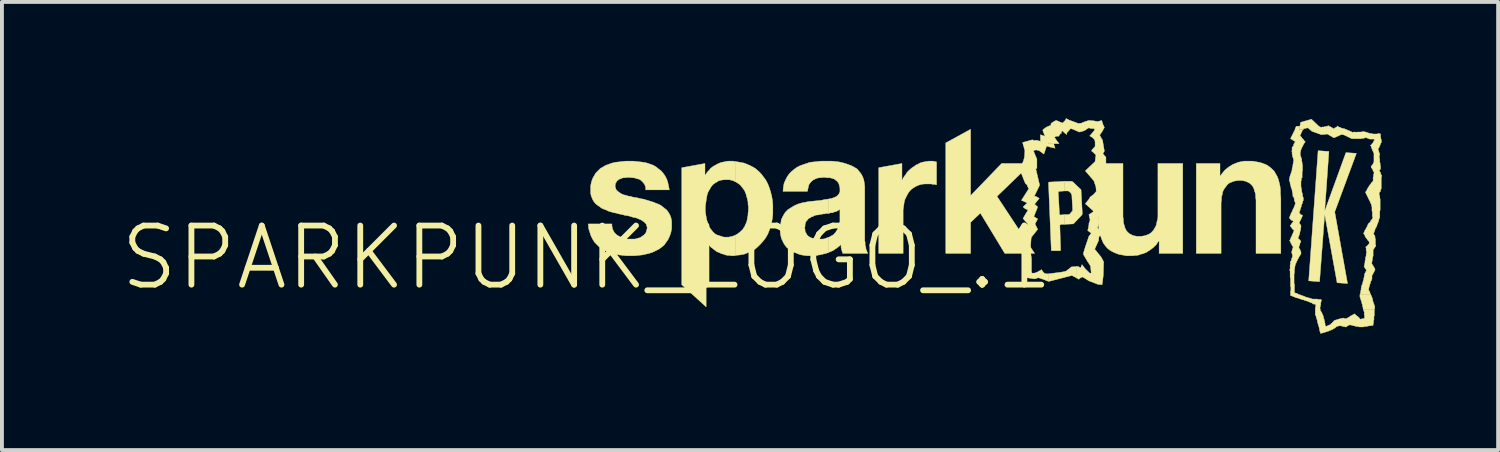
<source format=kicad_pcb>
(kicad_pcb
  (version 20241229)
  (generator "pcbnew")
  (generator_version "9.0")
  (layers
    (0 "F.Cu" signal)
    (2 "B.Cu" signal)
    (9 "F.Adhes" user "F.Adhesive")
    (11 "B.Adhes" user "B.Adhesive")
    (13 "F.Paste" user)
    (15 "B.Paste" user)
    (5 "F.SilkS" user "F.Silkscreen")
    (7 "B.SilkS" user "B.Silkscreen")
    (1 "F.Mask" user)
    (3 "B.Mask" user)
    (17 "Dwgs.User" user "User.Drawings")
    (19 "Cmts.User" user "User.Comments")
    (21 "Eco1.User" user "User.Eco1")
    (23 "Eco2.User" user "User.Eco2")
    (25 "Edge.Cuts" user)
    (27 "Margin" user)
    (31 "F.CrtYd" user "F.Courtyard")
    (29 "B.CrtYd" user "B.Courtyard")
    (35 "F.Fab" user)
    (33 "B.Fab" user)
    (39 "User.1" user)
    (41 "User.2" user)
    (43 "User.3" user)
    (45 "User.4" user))
  (footprint "SPARKPUNK_LOGO_.1"
    (layer "F.Cu")
    (at 12.083 3.594)
    (property "Reference" "SPARKPUNK_LOGO_.1" (at 0 0 0) (layer "F.SilkS") (effects (font (size 1.524 1.524) (thickness 0.15))))
    (attr exclude_from_pos_files exclude_from_bom)
    (fp_poly (pts (xy 12.639 0.528) (xy 12.639 0.229) (xy 12.499 0.239) (xy 12.36 0.348) (xy 12.278 0.368) (xy 11.9 0.419) (xy 11.9 0.61) (xy 11.928 0.61) (xy 12.509 0.46)) (stroke (width 0.01) (type solid)) (fill yes) (layer "F.SilkS"))
    (fp_poly (pts (xy 19.139 -2.738) (xy 19.03 -1.199) (xy 19.578 -2.708) (xy 19.848 -2.69) (xy 19.289 -1.179) (xy 19.619 0.668) (xy 19.35 0.648) (xy 19.03 -1.118) (xy 18.898 0.62) (xy 18.618 0.599) (xy 18.86 -2.758)) (stroke (width 0.01) (type solid)) (fill yes) (layer "F.SilkS"))
    (fp_poly (pts (xy 9.258 -2.959) (xy 9.898 -3.31) (xy 9.898 -1.598) (xy 10.698 -2.428) (xy 11.458 -2.428) (xy 10.579 -1.58) (xy 11.549 -0.109) (xy 10.78 -0.109) (xy 10.15 -1.148) (xy 9.898 -0.909) (xy 9.898 -0.109) (xy 9.258 -0.109)) (stroke (width 0.01) (type solid)) (fill yes) (layer "F.SilkS"))
    (fp_poly (pts (xy 12.319 -1.968) (xy 11.928 -1.948) (xy 11.918 -1.948) (xy 11.918 -1.938) (xy 11.908 -1.938) (xy 11.908 -1.918) (xy 11.979 -0.198) (xy 11.979 -0.188) (xy 11.989 -0.178) (xy 12.21 -0.178) (xy 12.21 -0.188) (xy 12.22 -0.188) (xy 12.22 -0.208) (xy 12.2 -0.828) (xy 12.2 -0.838) (xy 12.21 -0.848) (xy 12.22 -0.848) (xy 12.22 -0.859) (xy 12.319 -0.859) (xy 12.319 -1.11) (xy 12.22 -1.1) (xy 12.21 -1.1) (xy 12.2 -1.11) (xy 12.189 -1.11) (xy 12.189 -1.128) (xy 12.159 -1.689) (xy 12.159 -1.699) (xy 12.169 -1.699) (xy 12.169 -1.709) (xy 12.189 -1.709) (xy 12.319 -1.72)) (stroke (width 0.01) (type solid)) (fill yes) (layer "F.SilkS"))
    (fp_poly (pts (xy 12.319 -1.968) (xy 12.319 -1.72) (xy 12.418 -1.72) (xy 12.428 -1.709) (xy 12.438 -1.709) (xy 12.489 -1.659) (xy 12.489 -1.648) (xy 12.499 -1.648) (xy 12.499 -1.628) (xy 12.509 -1.628) (xy 12.509 -1.608) (xy 12.53 -1.24) (xy 12.53 -1.219) (xy 12.52 -1.209) (xy 12.52 -1.189) (xy 12.509 -1.189) (xy 12.459 -1.128) (xy 12.449 -1.118) (xy 12.428 -1.118) (xy 12.428 -1.11) (xy 12.319 -1.11) (xy 12.319 -0.859) (xy 12.53 -0.869) (xy 12.548 -0.869) (xy 12.548 -0.879) (xy 12.558 -0.879) (xy 12.568 -0.889) (xy 12.758 -1.09) (xy 12.758 -1.1) (xy 12.769 -1.1) (xy 12.769 -1.118) (xy 12.779 -1.118) (xy 12.779 -1.138) (xy 12.748 -1.72) (xy 12.748 -1.748) (xy 12.738 -1.758) (xy 12.738 -1.768) (xy 12.728 -1.768) (xy 12.53 -1.958) (xy 12.52 -1.958) (xy 12.509 -1.968)) (stroke (width 0.01) (type solid)) (fill yes) (layer "F.SilkS"))
    (fp_poly (pts (xy 7.529 -2.319) (xy 8.128 -2.428) (xy 8.128 -1.999) (xy 8.138 -1.999) (xy 8.158 -2.05) (xy 8.189 -2.098) (xy 8.23 -2.149) (xy 8.258 -2.2) (xy 8.339 -2.278) (xy 8.39 -2.319) (xy 8.438 -2.349) (xy 8.489 -2.388) (xy 8.539 -2.408) (xy 8.588 -2.438) (xy 8.649 -2.459) (xy 8.7 -2.469) (xy 8.819 -2.489) (xy 8.948 -2.489) (xy 8.959 -2.479) (xy 8.989 -2.479) (xy 8.999 -2.469) (xy 9.02 -2.469) (xy 9.02 -1.88) (xy 8.999 -1.88) (xy 8.979 -1.89) (xy 8.908 -1.89) (xy 8.898 -1.9) (xy 8.71 -1.9) (xy 8.628 -1.89) (xy 8.56 -1.869) (xy 8.489 -1.839) (xy 8.438 -1.808) (xy 8.379 -1.768) (xy 8.339 -1.73) (xy 8.298 -1.679) (xy 8.268 -1.628) (xy 8.209 -1.509) (xy 8.189 -1.448) (xy 8.169 -1.308) (xy 8.158 -1.229) (xy 8.158 -0.109) (xy 7.529 -0.109)) (stroke (width 0.01) (type solid)) (fill yes) (layer "F.SilkS"))
    (fp_poly (pts (xy 20.218 0.95) (xy 19.939 0.95) (xy 19.939 1.019) (xy 19.949 1.039) (xy 19.949 1.049) (xy 19.959 1.059) (xy 19.959 1.09) (xy 19.969 1.1) (xy 19.969 1.11) (xy 19.98 1.128) (xy 19.98 1.148) (xy 19.99 1.168) (xy 19.99 1.189) (xy 20 1.199) (xy 20 1.219) (xy 20.008 1.229) (xy 20.008 1.27) (xy 20.018 1.278) (xy 20.018 1.318) (xy 20.028 1.318) (xy 20.028 1.339) (xy 20.31 1.339) (xy 20.31 1.308) (xy 20.32 1.308) (xy 20.32 1.25) (xy 20.31 1.24) (xy 20.31 1.219) (xy 20.3 1.209) (xy 20.3 1.189) (xy 20.29 1.179) (xy 20.29 1.168) (xy 20.279 1.158) (xy 20.279 1.128) (xy 20.269 1.118) (xy 20.269 1.079) (xy 20.259 1.079) (xy 20.259 1.039) (xy 20.249 1.039) (xy 20.249 1.019) (xy 20.239 1.008) (xy 20.239 0.998) (xy 20.229 0.988) (xy 20.229 0.968) (xy 20.218 0.968)) (stroke (width 0.01) (type solid)) (fill yes) (layer "F.SilkS"))
    (fp_poly (pts (xy 15.37 -0.109) (xy 14.76 -0.109) (xy 14.76 -0.429) (xy 14.75 -0.429) (xy 14.719 -0.389) (xy 14.689 -0.338) (xy 14.608 -0.259) (xy 14.529 -0.198) (xy 14.478 -0.168) (xy 14.44 -0.14) (xy 14.338 -0.099) (xy 14.287 -0.089) (xy 14.239 -0.069) (xy 14.188 -0.058) (xy 14.138 -0.058) (xy 14.089 -0.048) (xy 13.919 -0.048) (xy 13.81 -0.069) (xy 13.708 -0.089) (xy 13.63 -0.119) (xy 13.548 -0.157) (xy 13.48 -0.198) (xy 13.419 -0.249) (xy 13.368 -0.31) (xy 13.32 -0.378) (xy 13.289 -0.45) (xy 13.228 -0.61) (xy 13.218 -0.699) (xy 13.198 -0.798) (xy 13.198 -2.428) (xy 13.828 -2.428) (xy 13.828 -1.049) (xy 13.838 -0.988) (xy 13.838 -0.93) (xy 13.848 -0.869) (xy 13.868 -0.818) (xy 13.879 -0.77) (xy 13.919 -0.688) (xy 13.978 -0.63) (xy 14.008 -0.61) (xy 14.089 -0.569) (xy 14.188 -0.549) (xy 14.298 -0.549) (xy 14.359 -0.559) (xy 14.409 -0.569) (xy 14.508 -0.61) (xy 14.549 -0.638) (xy 14.618 -0.709) (xy 14.638 -0.749) (xy 14.668 -0.798) (xy 14.689 -0.848) (xy 14.699 -0.909) (xy 14.719 -0.978) (xy 14.729 -1.049) (xy 14.729 -2.428) (xy 15.37 -2.428)) (stroke (width 0.01) (type solid)) (fill yes) (layer "F.SilkS"))
    (fp_poly (pts (xy 15.718 -2.428) (xy 16.33 -2.428) (xy 16.33 -2.108) (xy 16.34 -2.108) (xy 16.368 -2.149) (xy 16.408 -2.2) (xy 16.439 -2.238) (xy 16.48 -2.278) (xy 16.558 -2.339) (xy 16.609 -2.37) (xy 16.65 -2.398) (xy 16.8 -2.459) (xy 16.949 -2.489) (xy 17.168 -2.489) (xy 17.28 -2.469) (xy 17.379 -2.449) (xy 17.468 -2.418) (xy 17.539 -2.388) (xy 17.61 -2.339) (xy 17.668 -2.289) (xy 17.729 -2.228) (xy 17.808 -2.088) (xy 17.838 -2.009) (xy 17.859 -1.928) (xy 17.879 -1.839) (xy 17.889 -1.74) (xy 17.889 -1.638) (xy 17.899 -1.539) (xy 17.899 -0.109) (xy 17.259 -0.109) (xy 17.259 -1.488) (xy 17.249 -1.549) (xy 17.249 -1.608) (xy 17.239 -1.669) (xy 17.219 -1.72) (xy 17.209 -1.768) (xy 17.168 -1.849) (xy 17.109 -1.908) (xy 17.079 -1.928) (xy 16.998 -1.968) (xy 16.899 -1.989) (xy 16.789 -1.989) (xy 16.728 -1.979) (xy 16.678 -1.968) (xy 16.579 -1.928) (xy 16.538 -1.9) (xy 16.51 -1.869) (xy 16.449 -1.788) (xy 16.419 -1.74) (xy 16.398 -1.689) (xy 16.388 -1.628) (xy 16.368 -1.56) (xy 16.368 -1.488) (xy 16.358 -1.41) (xy 16.358 -0.109) (xy 15.718 -0.109)) (stroke (width 0.01) (type solid)) (fill yes) (layer "F.SilkS"))
    (fp_poly (pts (xy 3.828 -2.479) (xy 3.828 -1.958) (xy 3.868 -1.938) (xy 3.95 -1.88) (xy 3.978 -1.849) (xy 4.069 -1.73) (xy 4.11 -1.628) (xy 4.12 -1.58) (xy 4.138 -1.529) (xy 4.158 -1.427) (xy 4.158 -1.369) (xy 4.168 -1.318) (xy 4.168 -1.209) (xy 4.158 -1.148) (xy 4.158 -1.1) (xy 4.148 -1.049) (xy 4.138 -0.988) (xy 4.128 -0.94) (xy 4.11 -0.889) (xy 4.089 -0.848) (xy 4.069 -0.798) (xy 4.039 -0.759) (xy 4.018 -0.719) (xy 3.978 -0.688) (xy 3.95 -0.658) (xy 3.868 -0.599) (xy 3.828 -0.579) (xy 3.828 -0.058) (xy 3.95 -0.069) (xy 4.059 -0.089) (xy 4.158 -0.13) (xy 4.249 -0.168) (xy 4.338 -0.218) (xy 4.42 -0.29) (xy 4.488 -0.358) (xy 4.559 -0.439) (xy 4.618 -0.518) (xy 4.669 -0.61) (xy 4.709 -0.709) (xy 4.74 -0.808) (xy 4.768 -0.919) (xy 4.788 -1.019) (xy 4.798 -1.128) (xy 4.798 -1.359) (xy 4.788 -1.478) (xy 4.768 -1.587) (xy 4.74 -1.699) (xy 4.709 -1.798) (xy 4.669 -1.9) (xy 4.618 -1.999) (xy 4.498 -2.159) (xy 4.43 -2.228) (xy 4.348 -2.299) (xy 4.26 -2.349) (xy 4.158 -2.398) (xy 4.059 -2.438) (xy 3.95 -2.459)) (stroke (width 0.01) (type solid)) (fill yes) (layer "F.SilkS"))
    (fp_poly (pts (xy 3.828 -2.479) (xy 3.79 -2.479) (xy 3.79 -2.489) (xy 3.64 -2.489) (xy 3.49 -2.459) (xy 3.449 -2.449) (xy 3.399 -2.428) (xy 3.358 -2.408) (xy 3.31 -2.38) (xy 3.269 -2.36) (xy 3.188 -2.299) (xy 3.16 -2.258) (xy 3.119 -2.22) (xy 3.089 -2.179) (xy 3.058 -2.129) (xy 3.048 -2.129) (xy 3.048 -2.428) (xy 2.449 -2.319) (xy 2.449 0.699) (xy 3.078 1.27) (xy 3.078 -0.399) (xy 3.089 -0.399) (xy 3.119 -0.358) (xy 3.16 -0.318) (xy 3.188 -0.279) (xy 3.348 -0.157) (xy 3.388 -0.14) (xy 3.439 -0.119) (xy 3.48 -0.099) (xy 3.528 -0.089) (xy 3.579 -0.069) (xy 3.63 -0.058) (xy 3.678 -0.058) (xy 3.729 -0.048) (xy 3.81 -0.048) (xy 3.81 -0.058) (xy 3.828 -0.058) (xy 3.828 -0.579) (xy 3.818 -0.569) (xy 3.8 -0.569) (xy 3.79 -0.559) (xy 3.769 -0.559) (xy 3.759 -0.549) (xy 3.739 -0.549) (xy 3.729 -0.538) (xy 3.688 -0.538) (xy 3.668 -0.528) (xy 3.538 -0.528) (xy 3.47 -0.549) (xy 3.348 -0.589) (xy 3.299 -0.62) (xy 3.259 -0.658) (xy 3.178 -0.759) (xy 3.15 -0.808) (xy 3.089 -0.988) (xy 3.078 -1.059) (xy 3.068 -1.118) (xy 3.058 -1.189) (xy 3.058 -1.328) (xy 3.089 -1.539) (xy 3.099 -1.598) (xy 3.119 -1.669) (xy 3.15 -1.73) (xy 3.208 -1.829) (xy 3.249 -1.88) (xy 3.299 -1.918) (xy 3.399 -1.979) (xy 3.47 -1.999) (xy 3.538 -2.009) (xy 3.698 -2.009) (xy 3.708 -1.999) (xy 3.729 -1.999) (xy 3.739 -1.989) (xy 3.769 -1.989) (xy 3.78 -1.979) (xy 3.79 -1.979) (xy 3.8 -1.968) (xy 3.818 -1.968) (xy 3.828 -1.958)) (stroke (width 0.01) (type solid)) (fill yes) (layer "F.SilkS"))
    (fp_poly (pts (xy 6.228 -0.13) (xy 6.228 -0.518) (xy 6.208 -0.518) (xy 6.198 -0.508) (xy 6.18 -0.508) (xy 6.17 -0.498) (xy 6.16 -0.498) (xy 6.139 -0.488) (xy 6.119 -0.488) (xy 6.099 -0.478) (xy 5.898 -0.478) (xy 5.86 -0.488) (xy 5.768 -0.518) (xy 5.738 -0.538) (xy 5.718 -0.549) (xy 5.669 -0.599) (xy 5.659 -0.63) (xy 5.639 -0.658) (xy 5.629 -0.688) (xy 5.629 -0.729) (xy 5.618 -0.77) (xy 5.629 -0.808) (xy 5.629 -0.848) (xy 5.639 -0.889) (xy 5.649 -0.919) (xy 5.669 -0.95) (xy 5.69 -0.968) (xy 5.71 -0.998) (xy 5.738 -1.019) (xy 5.768 -1.029) (xy 5.789 -1.049) (xy 5.829 -1.059) (xy 5.86 -1.079) (xy 5.888 -1.09) (xy 5.928 -1.1) (xy 5.959 -1.1) (xy 5.999 -1.11) (xy 6.01 -1.11) (xy 6.03 -1.118) (xy 6.068 -1.118) (xy 6.088 -1.128) (xy 6.139 -1.128) (xy 6.16 -1.138) (xy 6.228 -1.138) (xy 6.228 -1.509) (xy 6.139 -1.499) (xy 6.048 -1.478) (xy 5.85 -1.458) (xy 5.738 -1.448) (xy 5.54 -1.41) (xy 5.438 -1.379) (xy 5.349 -1.339) (xy 5.189 -1.24) (xy 5.118 -1.168) (xy 5.07 -1.09) (xy 5.019 -0.988) (xy 4.999 -0.869) (xy 4.989 -0.739) (xy 4.989 -0.658) (xy 4.999 -0.579) (xy 5.019 -0.498) (xy 5.05 -0.429) (xy 5.08 -0.368) (xy 5.118 -0.31) (xy 5.159 -0.259) (xy 5.22 -0.218) (xy 5.268 -0.178) (xy 5.329 -0.14) (xy 5.397 -0.119) (xy 5.469 -0.089) (xy 5.54 -0.069) (xy 5.608 -0.058) (xy 5.69 -0.048) (xy 5.86 -0.048) (xy 5.888 -0.058) (xy 5.949 -0.058) (xy 5.979 -0.069) (xy 6.01 -0.069) (xy 6.03 -0.079) (xy 6.058 -0.079) (xy 6.119 -0.099) (xy 6.139 -0.099)) (stroke (width 0.01) (type solid)) (fill yes) (layer "F.SilkS"))
    (fp_poly (pts (xy 6.32 -2.489) (xy 6.048 -2.489) (xy 5.949 -2.479) (xy 5.86 -2.469) (xy 5.758 -2.459) (xy 5.578 -2.398) (xy 5.499 -2.37) (xy 5.418 -2.329) (xy 5.349 -2.278) (xy 5.278 -2.22) (xy 5.22 -2.159) (xy 5.169 -2.088) (xy 5.128 -2.009) (xy 5.088 -1.918) (xy 5.07 -1.819) (xy 5.06 -1.709) (xy 5.69 -1.709) (xy 5.7 -1.758) (xy 5.728 -1.88) (xy 5.768 -1.938) (xy 5.819 -1.989) (xy 5.85 -2.009) (xy 5.878 -2.019) (xy 5.908 -2.04) (xy 5.989 -2.06) (xy 6.03 -2.06) (xy 6.068 -2.068) (xy 6.16 -2.068) (xy 6.198 -2.06) (xy 6.269 -2.06) (xy 6.309 -2.05) (xy 6.34 -2.04) (xy 6.378 -2.029) (xy 6.408 -2.009) (xy 6.429 -1.989) (xy 6.459 -1.968) (xy 6.5 -1.908) (xy 6.507 -1.88) (xy 6.528 -1.798) (xy 6.528 -1.699) (xy 6.5 -1.638) (xy 6.48 -1.618) (xy 6.469 -1.598) (xy 6.449 -1.587) (xy 6.429 -1.57) (xy 6.398 -1.56) (xy 6.378 -1.549) (xy 6.289 -1.519) (xy 6.259 -1.519) (xy 6.228 -1.509) (xy 6.228 -1.138) (xy 6.248 -1.148) (xy 6.269 -1.148) (xy 6.289 -1.158) (xy 6.34 -1.158) (xy 6.378 -1.179) (xy 6.398 -1.179) (xy 6.419 -1.189) (xy 6.439 -1.189) (xy 6.449 -1.199) (xy 6.49 -1.219) (xy 6.5 -1.229) (xy 6.518 -1.24) (xy 6.528 -1.25) (xy 6.528 -0.93) (xy 6.518 -0.899) (xy 6.507 -0.859) (xy 6.507 -0.828) (xy 6.5 -0.79) (xy 6.48 -0.759) (xy 6.459 -0.719) (xy 6.419 -0.658) (xy 6.388 -0.62) (xy 6.358 -0.589) (xy 6.32 -0.569) (xy 6.269 -0.538) (xy 6.228 -0.518) (xy 6.228 -0.13) (xy 6.289 -0.157) (xy 6.32 -0.168) (xy 6.378 -0.198) (xy 6.398 -0.218) (xy 6.439 -0.239) (xy 6.459 -0.259) (xy 6.48 -0.269) (xy 6.5 -0.29) (xy 6.518 -0.3) (xy 6.538 -0.318) (xy 6.548 -0.338) (xy 6.558 -0.318) (xy 6.558 -0.249) (xy 6.568 -0.239) (xy 6.568 -0.208) (xy 6.579 -0.188) (xy 6.579 -0.168) (xy 6.589 -0.15) (xy 6.589 -0.14) (xy 6.599 -0.13) (xy 6.599 -0.109) (xy 7.249 -0.109) (xy 7.229 -0.15) (xy 7.219 -0.178) (xy 7.209 -0.198) (xy 7.198 -0.229) (xy 7.198 -0.259) (xy 7.188 -0.29) (xy 7.178 -0.328) (xy 7.178 -0.399) (xy 7.168 -0.429) (xy 7.168 -1.829) (xy 7.158 -1.928) (xy 7.14 -2.019) (xy 7.109 -2.098) (xy 7.069 -2.169) (xy 6.97 -2.289) (xy 6.828 -2.37) (xy 6.668 -2.428) (xy 6.589 -2.449) (xy 6.5 -2.469)) (stroke (width 0.01) (type solid)) (fill yes) (layer "F.SilkS"))
    (fp_poly (pts (xy 0.648 -0.869) (xy 0.648 -0.818) (xy 0.658 -0.77) (xy 0.668 -0.729) (xy 0.709 -0.648) (xy 0.77 -0.589) (xy 0.798 -0.569) (xy 0.919 -0.508) (xy 0.998 -0.488) (xy 1.049 -0.478) (xy 1.24 -0.478) (xy 1.278 -0.488) (xy 1.308 -0.498) (xy 1.349 -0.508) (xy 1.379 -0.518) (xy 1.468 -0.579) (xy 1.519 -0.63) (xy 1.539 -0.688) (xy 1.56 -0.77) (xy 1.549 -0.808) (xy 1.529 -0.869) (xy 1.478 -0.919) (xy 1.448 -0.94) (xy 1.41 -0.968) (xy 1.359 -0.988) (xy 1.318 -1.008) (xy 1.26 -1.029) (xy 1.199 -1.039) (xy 1.138 -1.059) (xy 1.069 -1.079) (xy 0.988 -1.09) (xy 0.919 -1.11) (xy 0.828 -1.128) (xy 0.759 -1.148) (xy 0.699 -1.158) (xy 0.559 -1.199) (xy 0.498 -1.229) (xy 0.439 -1.25) (xy 0.378 -1.278) (xy 0.328 -1.318) (xy 0.279 -1.349) (xy 0.229 -1.389) (xy 0.188 -1.438) (xy 0.157 -1.488) (xy 0.13 -1.549) (xy 0.109 -1.608) (xy 0.099 -1.669) (xy 0.099 -1.849) (xy 0.119 -1.948) (xy 0.15 -2.04) (xy 0.229 -2.179) (xy 0.348 -2.299) (xy 0.488 -2.38) (xy 0.648 -2.438) (xy 0.739 -2.459) (xy 1.008 -2.489) (xy 1.199 -2.489) (xy 1.468 -2.459) (xy 1.56 -2.438) (xy 1.72 -2.38) (xy 1.788 -2.339) (xy 1.849 -2.289) (xy 1.918 -2.238) (xy 1.968 -2.179) (xy 2.019 -2.108) (xy 2.06 -2.029) (xy 2.088 -1.948) (xy 2.129 -1.748) (xy 1.519 -1.748) (xy 1.519 -1.798) (xy 1.509 -1.839) (xy 1.499 -1.869) (xy 1.478 -1.908) (xy 1.458 -1.928) (xy 1.438 -1.958) (xy 1.41 -1.979) (xy 1.389 -1.999) (xy 1.359 -2.019) (xy 1.318 -2.029) (xy 1.288 -2.04) (xy 1.209 -2.06) (xy 1.168 -2.06) (xy 1.128 -2.068) (xy 1.029 -2.068) (xy 0.998 -2.06) (xy 0.94 -2.06) (xy 0.909 -2.05) (xy 0.889 -2.04) (xy 0.828 -2.019) (xy 0.808 -1.999) (xy 0.79 -1.989) (xy 0.77 -1.968) (xy 0.759 -1.938) (xy 0.739 -1.918) (xy 0.739 -1.89) (xy 0.729 -1.849) (xy 0.749 -1.768) (xy 0.77 -1.74) (xy 0.798 -1.709) (xy 0.828 -1.689) (xy 0.869 -1.659) (xy 0.909 -1.638) (xy 0.958 -1.618) (xy 1.008 -1.608) (xy 1.069 -1.587) (xy 1.128 -1.58) (xy 1.189 -1.56) (xy 1.26 -1.549) (xy 1.318 -1.539) (xy 1.389 -1.519) (xy 1.458 -1.509) (xy 1.598 -1.468) (xy 1.659 -1.448) (xy 1.73 -1.427) (xy 1.788 -1.4) (xy 1.849 -1.379) (xy 1.908 -1.349) (xy 2.06 -1.229) (xy 2.098 -1.179) (xy 2.129 -1.128) (xy 2.159 -1.069) (xy 2.179 -0.998) (xy 2.189 -0.93) (xy 2.189 -0.749) (xy 2.169 -0.648) (xy 2.139 -0.559) (xy 2.098 -0.47) (xy 1.999 -0.328) (xy 1.928 -0.269) (xy 1.859 -0.218) (xy 1.699 -0.14) (xy 1.608 -0.109) (xy 1.427 -0.069) (xy 1.229 -0.048) (xy 1.029 -0.048) (xy 0.93 -0.058) (xy 0.838 -0.069) (xy 0.739 -0.089) (xy 0.648 -0.109) (xy 0.559 -0.15) (xy 0.47 -0.178) (xy 0.399 -0.229) (xy 0.318 -0.279) (xy 0.198 -0.399) (xy 0.15 -0.478) (xy 0.109 -0.559) (xy 0.079 -0.648) (xy 0.048 -0.749) (xy 0.038 -0.869)) (stroke (width 0.01) (type solid)) (fill yes) (layer "F.SilkS"))
    (fp_poly (pts (xy 12.36 -3.589) (xy 12.349 -3.559) (xy 12.329 -3.528) (xy 12.268 -3.47) (xy 12.108 -3.538) (xy 12.078 -3.528) (xy 12.029 -3.498) (xy 11.968 -3.459) (xy 11.979 -3.449) (xy 11.968 -3.429) (xy 11.958 -3.399) (xy 11.928 -3.399) (xy 11.859 -3.368) (xy 11.788 -3.32) (xy 11.758 -3.289) (xy 11.778 -3.228) (xy 11.819 -3.129) (xy 11.699 -3.17) (xy 11.699 -3) (xy 11.598 -3.028) (xy 11.549 -3.018) (xy 11.488 -3.038) (xy 11.239 -2.969) (xy 11.298 -2.758) (xy 11.288 -2.598) (xy 11.278 -2.558) (xy 11.27 -2.53) (xy 11.27 -2.52) (xy 11.168 -2.268) (xy 11.308 -1.918) (xy 11.369 -1.859) (xy 11.359 -1.849) (xy 11.4 -1.778) (xy 11.209 -1.478) (xy 11.359 -1.41) (xy 11.25 -1.308) (xy 11.308 -1.26) (xy 11.379 -1.229) (xy 11.278 -1.059) (xy 11.25 -1.008) (xy 11.27 -0.988) (xy 11.308 -0.94) (xy 11.369 -0.879) (xy 11.328 -0.759) (xy 11.349 -0.719) (xy 11.359 -0.678) (xy 11.288 -0.559) (xy 11.308 -0.538) (xy 11.288 -0.478) (xy 11.278 -0.409) (xy 11.308 -0.168) (xy 11.328 -0.109) (xy 11.328 0.119) (xy 11.339 0.259) (xy 11.349 0.518) (xy 11.549 0.549) (xy 11.648 0.518) (xy 11.798 0.569) (xy 11.808 0.569) (xy 11.819 0.579) (xy 11.9 0.61) (xy 11.9 0.419) (xy 11.869 0.419) (xy 11.808 0.409) (xy 11.758 0.358) (xy 11.73 0.31) (xy 11.628 0.368) (xy 11.549 0.399) (xy 11.478 0.399) (xy 11.468 0.338) (xy 11.468 0.028) (xy 11.458 -0.048) (xy 11.438 -0.198) (xy 11.458 -0.478) (xy 11.468 -0.528) (xy 11.628 -0.729) (xy 11.56 -0.869) (xy 11.628 -0.998) (xy 11.529 -1.059) (xy 11.618 -1.278) (xy 11.628 -1.308) (xy 11.549 -1.379) (xy 11.669 -1.529) (xy 11.58 -1.58) (xy 11.539 -1.58) (xy 11.679 -1.869) (xy 11.58 -2.289) (xy 11.608 -2.309) (xy 11.608 -2.54) (xy 11.529 -2.728) (xy 11.519 -2.758) (xy 11.587 -2.779) (xy 11.669 -2.758) (xy 11.788 -2.67) (xy 11.859 -2.878) (xy 11.989 -2.84) (xy 12.05 -2.83) (xy 12.078 -2.819) (xy 12.04 -2.939) (xy 11.908 -2.939) (xy 11.89 -2.99) (xy 11.908 -2.949) (xy 12.04 -2.939) (xy 12.179 -2.939) (xy 12.159 -2.969) (xy 12.118 -3.018) (xy 12.06 -3.109) (xy 12.108 -3.129) (xy 12.169 -3.129) (xy 12.22 -3.208) (xy 12.238 -3.198) (xy 12.238 -3.239) (xy 12.258 -3.269) (xy 12.278 -3.259) (xy 12.319 -3.218) (xy 12.36 -3.188) (xy 12.37 -3.17) (xy 12.38 -3.198) (xy 12.38 -3.218) (xy 12.408 -3.249) (xy 12.479 -3.33) (xy 12.54 -3.31) (xy 12.7 -3.239) (xy 12.789 -3.259) (xy 12.857 -3.289) (xy 12.898 -3.32) (xy 12.949 -3.348) (xy 13 -3.33) (xy 13.058 -3.33) (xy 13.099 -3.32) (xy 13.089 -3.279) (xy 12.99 -3.16) (xy 12.969 -3.139) (xy 12.99 -3.129) (xy 13.038 -3.099) (xy 13.089 -3.048) (xy 13.099 -3.028) (xy 13.109 -2.99) (xy 13.109 -2.868) (xy 13.028 -2.779) (xy 13.018 -2.748) (xy 13.048 -2.728) (xy 13.129 -2.649) (xy 13.109 -2.479) (xy 12.857 -2.238) (xy 13.078 -1.979) (xy 13.129 -1.829) (xy 13.139 -1.709) (xy 13.068 -1.628) (xy 12.979 -1.56) (xy 12.959 -1.519) (xy 12.857 -1.389) (xy 13.058 -1.209) (xy 13.058 -1.179) (xy 12.949 -1.11) (xy 12.979 -0.978) (xy 12.969 -0.93) (xy 12.949 -0.879) (xy 12.949 -0.848) (xy 12.939 -0.78) (xy 12.918 -0.699) (xy 13.01 -0.63) (xy 12.949 -0.549) (xy 12.857 -0.279) (xy 12.809 -0.119) (xy 12.809 -0.079) (xy 12.908 0.089) (xy 12.918 0.109) (xy 12.929 0.119) (xy 12.949 0.15) (xy 12.99 0.218) (xy 13.01 0.399) (xy 12.969 0.399) (xy 12.857 0.29) (xy 12.769 0.178) (xy 12.758 0.218) (xy 12.728 0.269) (xy 12.708 0.249) (xy 12.68 0.229) (xy 12.639 0.229) (xy 12.639 0.528) (xy 12.69 0.559) (xy 12.708 0.538) (xy 12.738 0.518) (xy 12.789 0.498) (xy 12.949 0.599) (xy 13.178 0.688) (xy 13.289 0.699) (xy 13.32 0.46) (xy 13.33 0.109) (xy 13.269 -0.008) (xy 13.238 -0.048) (xy 13.099 -0.218) (xy 13.198 -0.439) (xy 13.208 -0.538) (xy 13.299 -0.638) (xy 13.17 -0.77) (xy 13.208 -0.889) (xy 13.208 -0.94) (xy 13.198 -1.049) (xy 13.289 -1.128) (xy 13.198 -1.369) (xy 13.299 -1.549) (xy 13.358 -1.689) (xy 13.378 -1.72) (xy 13.33 -2.22) (xy 13.338 -2.238) (xy 13.368 -2.248) (xy 13.409 -2.319) (xy 13.388 -2.418) (xy 13.388 -2.598) (xy 13.368 -2.609) (xy 13.31 -2.68) (xy 13.32 -2.697) (xy 13.348 -2.748) (xy 13.299 -3.038) (xy 13.279 -3.058) (xy 13.279 -3.068) (xy 13.259 -3.099) (xy 13.228 -3.16) (xy 13.289 -3.249) (xy 13.348 -3.358) (xy 13.31 -3.439) (xy 13.279 -3.538) (xy 13.178 -3.508) (xy 13.068 -3.528) (xy 12.949 -3.538) (xy 12.85 -3.508) (xy 12.809 -3.49) (xy 12.789 -3.49) (xy 12.769 -3.47) (xy 12.68 -3.459) (xy 12.438 -3.548)) (stroke (width 0.01) (type solid)) (fill yes) (layer "F.SilkS"))
    (fp_poly (pts (xy 18.689 -3.569) (xy 18.41 -3.49) (xy 18.39 -3.388) (xy 18.379 -3.299) (xy 18.598 -3.348) (xy 18.699 -3.259) (xy 18.948 -3.17) (xy 19.098 -3.188) (xy 19.268 -3.089) (xy 19.469 -3.178) (xy 19.538 -3.16) (xy 19.728 -3.068) (xy 19.98 -3.068) (xy 19.99 -3.078) (xy 20.048 -3.078) (xy 20.058 -3.089) (xy 20.069 -3.089) (xy 20.079 -3.099) (xy 20.099 -3.099) (xy 20.099 -3.089) (xy 20.13 -3.089) (xy 20.13 -3.078) (xy 20.15 -3.078) (xy 20.16 -3.068) (xy 20.178 -3.068) (xy 20.188 -3.058) (xy 20.31 -3.058) (xy 20.31 -3.018) (xy 20.3 -3.018) (xy 20.3 -3) (xy 20.29 -3) (xy 20.29 -2.979) (xy 20.279 -2.979) (xy 20.279 -2.959) (xy 20.269 -2.959) (xy 20.269 -2.949) (xy 20.259 -2.949) (xy 20.259 -2.939) (xy 20.249 -2.939) (xy 20.249 -2.929) (xy 20.208 -2.888) (xy 20.218 -2.888) (xy 20.218 -2.878) (xy 20.229 -2.878) (xy 20.229 -2.85) (xy 20.239 -2.85) (xy 20.239 -2.819) (xy 20.249 -2.819) (xy 20.249 -2.799) (xy 20.259 -2.789) (xy 20.259 -2.769) (xy 20.269 -2.769) (xy 20.269 -2.748) (xy 20.279 -2.748) (xy 20.279 -2.728) (xy 20.29 -2.718) (xy 20.29 -2.708) (xy 20.3 -2.69) (xy 20.3 -2.469) (xy 20.29 -2.459) (xy 20.29 -2.438) (xy 20.279 -2.428) (xy 20.279 -2.418) (xy 20.269 -2.408) (xy 20.269 -2.398) (xy 20.259 -2.398) (xy 20.259 -2.388) (xy 20.249 -2.38) (xy 20.249 -2.37) (xy 20.239 -2.37) (xy 20.229 -2.36) (xy 20.229 -2.319) (xy 20.239 -2.319) (xy 20.239 -2.309) (xy 20.249 -2.309) (xy 20.249 -2.299) (xy 20.259 -2.289) (xy 20.259 -2.278) (xy 20.269 -2.268) (xy 20.269 -2.258) (xy 20.279 -2.248) (xy 20.279 -2.228) (xy 20.29 -2.228) (xy 20.29 -2.22) (xy 20.3 -2.21) (xy 20.3 -2.2) (xy 20.31 -2.2) (xy 20.3 -2.189) (xy 20.3 -2.159) (xy 20.29 -2.149) (xy 20.29 -2.088) (xy 20.279 -2.078) (xy 20.279 -1.979) (xy 20.269 -1.968) (xy 20.259 -1.948) (xy 20.239 -1.938) (xy 20.218 -1.9) (xy 20.188 -1.869) (xy 20.168 -1.829) (xy 20.15 -1.808) (xy 20.099 -1.709) (xy 20.079 -1.689) (xy 20.208 -1.427) (xy 20.218 -1.4) (xy 20.239 -1.359) (xy 20.239 -1.328) (xy 20.249 -1.308) (xy 20.249 -1.199) (xy 20.259 -1.189) (xy 20.259 -1.069) (xy 20.269 -1.059) (xy 20.269 -1.019) (xy 20.259 -1.008) (xy 20.259 -0.998) (xy 20.239 -0.978) (xy 20.239 -0.968) (xy 20.229 -0.968) (xy 20.229 -0.958) (xy 20.218 -0.958) (xy 20.218 -0.94) (xy 20.208 -0.93) (xy 20.208 -0.919) (xy 20.198 -0.909) (xy 20.188 -0.909) (xy 20.188 -0.899) (xy 20.178 -0.899) (xy 20.178 -0.889) (xy 20.168 -0.889) (xy 20.16 -0.879) (xy 20.16 -0.869) (xy 20.15 -0.869) (xy 20.15 -0.848) (xy 20.14 -0.848) (xy 20.14 -0.828) (xy 20.13 -0.828) (xy 20.13 -0.798) (xy 20.119 -0.798) (xy 20.119 -0.79) (xy 20.109 -0.78) (xy 20.109 -0.77) (xy 20.099 -0.759) (xy 20.099 -0.749) (xy 20.089 -0.739) (xy 20.089 -0.729) (xy 20.069 -0.709) (xy 20.069 -0.699) (xy 20.058 -0.688) (xy 20.058 -0.668) (xy 20.048 -0.658) (xy 20.048 -0.648) (xy 20.028 -0.63) (xy 20.038 -0.62) (xy 20.048 -0.599) (xy 20.058 -0.589) (xy 20.069 -0.569) (xy 20.069 -0.549) (xy 20.079 -0.538) (xy 20.089 -0.518) (xy 20.109 -0.498) (xy 20.119 -0.478) (xy 20.13 -0.47) (xy 20.14 -0.45) (xy 20.178 -0.409) (xy 20.178 -0.358) (xy 20.168 -0.358) (xy 20.168 -0.348) (xy 20.099 -0.279) (xy 20.089 -0.279) (xy 20.089 -0.269) (xy 20.099 -0.249) (xy 20.099 -0.178) (xy 20.109 -0.168) (xy 20.109 -0.099) (xy 20.099 -0.099) (xy 20.099 -0.048) (xy 20.079 0.018) (xy 20.079 0.079) (xy 20.069 0.079) (xy 20.069 0.15) (xy 20.058 0.15) (xy 20.058 0.208) (xy 20.048 0.208) (xy 20.048 0.239) (xy 20.058 0.249) (xy 20.058 0.259) (xy 20.069 0.259) (xy 20.069 0.269) (xy 20.079 0.279) (xy 20.079 0.29) (xy 20.089 0.29) (xy 20.089 0.3) (xy 20.099 0.31) (xy 20.099 0.318) (xy 20.109 0.318) (xy 20.109 0.328) (xy 20.099 0.338) (xy 20.099 0.348) (xy 20.089 0.358) (xy 20.089 0.378) (xy 20.079 0.378) (xy 20.079 0.399) (xy 20.069 0.399) (xy 20.069 0.409) (xy 20.058 0.419) (xy 20.058 0.46) (xy 20.048 0.478) (xy 20.048 0.508) (xy 20.038 0.528) (xy 20.038 0.569) (xy 20.018 0.61) (xy 20.018 0.63) (xy 20.008 0.648) (xy 20.008 0.668) (xy 19.98 0.729) (xy 19.98 0.77) (xy 19.969 0.78) (xy 19.969 0.838) (xy 19.959 0.848) (xy 19.959 0.899) (xy 19.949 0.909) (xy 19.949 0.94) (xy 19.939 0.95) (xy 20.218 0.95) (xy 20.208 0.94) (xy 20.208 0.93) (xy 20.198 0.919) (xy 20.198 0.899) (xy 20.188 0.889) (xy 20.188 0.869) (xy 20.168 0.848) (xy 20.168 0.838) (xy 20.16 0.828) (xy 20.168 0.808) (xy 20.168 0.78) (xy 20.178 0.759) (xy 20.178 0.739) (xy 20.188 0.729) (xy 20.188 0.709) (xy 20.198 0.688) (xy 20.198 0.678) (xy 20.208 0.658) (xy 20.208 0.638) (xy 20.218 0.63) (xy 20.218 0.61) (xy 20.229 0.599) (xy 20.239 0.579) (xy 20.239 0.559) (xy 20.249 0.559) (xy 20.249 0.46) (xy 20.259 0.45) (xy 20.259 0.439) (xy 20.279 0.419) (xy 20.279 0.399) (xy 20.29 0.389) (xy 20.29 0.378) (xy 20.3 0.378) (xy 20.3 0.368) (xy 20.31 0.358) (xy 20.31 0.338) (xy 20.328 0.318) (xy 20.328 0.3) (xy 20.32 0.29) (xy 20.32 0.279) (xy 20.31 0.269) (xy 20.31 0.259) (xy 20.3 0.249) (xy 20.3 0.239) (xy 20.279 0.218) (xy 20.279 0.208) (xy 20.269 0.198) (xy 20.269 0.188) (xy 20.249 0.168) (xy 20.249 0.157) (xy 20.239 0.15) (xy 20.239 0.14) (xy 20.249 0.13) (xy 20.249 0.089) (xy 20.259 0.079) (xy 20.259 0.018) (xy 20.269 0.008) (xy 20.269 -0.028) (xy 20.279 -0.038) (xy 20.279 -0.208) (xy 20.29 -0.208) (xy 20.29 -0.218) (xy 20.3 -0.229) (xy 20.3 -0.239) (xy 20.31 -0.239) (xy 20.31 -0.249) (xy 20.328 -0.269) (xy 20.328 -0.279) (xy 20.338 -0.279) (xy 20.338 -0.29) (xy 20.348 -0.3) (xy 20.348 -0.318) (xy 20.338 -0.338) (xy 20.338 -0.488) (xy 20.328 -0.508) (xy 20.328 -0.549) (xy 20.32 -0.569) (xy 20.31 -0.579) (xy 20.3 -0.599) (xy 20.29 -0.61) (xy 20.29 -0.62) (xy 20.3 -0.638) (xy 20.3 -0.648) (xy 20.31 -0.668) (xy 20.31 -0.678) (xy 20.32 -0.688) (xy 20.32 -0.709) (xy 20.328 -0.719) (xy 20.328 -0.729) (xy 20.338 -0.749) (xy 20.338 -0.759) (xy 20.358 -0.78) (xy 20.358 -0.798) (xy 20.378 -0.818) (xy 20.378 -0.848) (xy 20.389 -0.859) (xy 20.389 -0.869) (xy 20.399 -0.879) (xy 20.399 -0.899) (xy 20.409 -0.909) (xy 20.409 -0.919) (xy 20.419 -0.93) (xy 20.419 -0.958) (xy 20.429 -0.968) (xy 20.429 -0.998) (xy 20.439 -1.008) (xy 20.439 -1.029) (xy 20.45 -1.029) (xy 20.45 -1.189) (xy 20.46 -1.229) (xy 20.46 -1.509) (xy 20.45 -1.549) (xy 20.45 -1.587) (xy 20.439 -1.618) (xy 20.429 -1.659) (xy 20.439 -1.659) (xy 20.439 -1.689) (xy 20.45 -1.689) (xy 20.45 -1.699) (xy 20.47 -1.699) (xy 20.46 -1.709) (xy 20.46 -1.72) (xy 20.47 -1.73) (xy 20.47 -1.748) (xy 20.477 -1.748) (xy 20.477 -1.768) (xy 20.488 -1.768) (xy 20.488 -2.068) (xy 20.498 -2.088) (xy 20.498 -2.129) (xy 20.488 -2.129) (xy 20.488 -2.139) (xy 20.477 -2.139) (xy 20.477 -2.169) (xy 20.47 -2.179) (xy 20.47 -2.2) (xy 20.46 -2.2) (xy 20.46 -2.21) (xy 20.45 -2.22) (xy 20.45 -2.228) (xy 20.439 -2.228) (xy 20.439 -2.258) (xy 20.45 -2.258) (xy 20.45 -2.268) (xy 20.46 -2.268) (xy 20.46 -2.278) (xy 20.47 -2.289) (xy 20.47 -2.37) (xy 20.46 -2.388) (xy 20.46 -2.438) (xy 20.45 -2.459) (xy 20.45 -2.548) (xy 20.439 -2.568) (xy 20.439 -2.639) (xy 20.45 -2.659) (xy 20.45 -2.68) (xy 20.439 -2.69) (xy 20.439 -2.708) (xy 20.429 -2.708) (xy 20.429 -2.738) (xy 20.419 -2.738) (xy 20.419 -2.769) (xy 20.409 -2.769) (xy 20.409 -2.799) (xy 20.399 -2.809) (xy 20.409 -2.809) (xy 20.409 -2.819) (xy 20.419 -2.819) (xy 20.419 -2.83) (xy 20.429 -2.83) (xy 20.429 -2.85) (xy 20.439 -2.85) (xy 20.439 -2.868) (xy 20.45 -2.868) (xy 20.45 -2.898) (xy 20.46 -2.898) (xy 20.46 -2.918) (xy 20.47 -2.929) (xy 20.47 -2.939) (xy 20.477 -2.949) (xy 20.477 -2.959) (xy 20.488 -2.969) (xy 20.488 -2.979) (xy 20.498 -2.979) (xy 20.498 -2.99) (xy 20.488 -2.99) (xy 20.488 -3.058) (xy 20.477 -3.058) (xy 20.477 -3.109) (xy 20.47 -3.109) (xy 20.47 -3.188) (xy 20.45 -3.198) (xy 20.399 -3.198) (xy 20.389 -3.188) (xy 20.269 -3.188) (xy 20.259 -3.198) (xy 20.208 -3.198) (xy 20.198 -3.208) (xy 20.168 -3.208) (xy 20.16 -3.218) (xy 20.14 -3.218) (xy 20.13 -3.228) (xy 20.099 -3.228) (xy 20.099 -3.239) (xy 20.069 -3.239) (xy 20.058 -3.249) (xy 19.99 -3.249) (xy 19.98 -3.239) (xy 19.858 -3.239) (xy 19.848 -3.228) (xy 19.83 -3.228) (xy 19.83 -3.239) (xy 19.769 -3.239) (xy 19.759 -3.228) (xy 19.738 -3.228) (xy 19.738 -3.239) (xy 19.708 -3.249) (xy 19.67 -3.269) (xy 19.639 -3.279) (xy 19.599 -3.299) (xy 19.568 -3.31) (xy 19.548 -3.32) (xy 19.52 -3.33) (xy 19.5 -3.33) (xy 19.469 -3.338) (xy 19.428 -3.358) (xy 19.398 -3.368) (xy 19.378 -3.378) (xy 19.36 -3.399) (xy 19.36 -3.378) (xy 19.35 -3.378) (xy 19.34 -3.368) (xy 19.329 -3.368) (xy 19.329 -3.358) (xy 19.319 -3.358) (xy 19.309 -3.348) (xy 19.289 -3.348) (xy 19.289 -3.338) (xy 19.279 -3.338) (xy 19.279 -3.33) (xy 19.248 -3.33) (xy 19.228 -3.348) (xy 19.218 -3.348) (xy 19.207 -3.358) (xy 19.2 -3.358) (xy 19.19 -3.368) (xy 19.18 -3.368) (xy 19.18 -3.378) (xy 19.159 -3.378) (xy 19.149 -3.388) (xy 19.139 -3.388) (xy 19.139 -3.399) (xy 19.108 -3.399) (xy 19.108 -3.388) (xy 19.068 -3.388) (xy 19.068 -3.378) (xy 19.02 -3.378) (xy 19.02 -3.368) (xy 18.959 -3.368) (xy 18.948 -3.358) (xy 18.938 -3.358) (xy 18.88 -3.388)) (stroke (width 0.01) (type solid)) (fill yes) (layer "F.SilkS"))
    (fp_poly (pts (xy 20.31 1.339) (xy 20.028 1.339) (xy 20.048 1.4) (xy 20.058 1.42) (xy 20.048 1.427) (xy 20.048 1.468) (xy 20.058 1.478) (xy 20.058 1.56) (xy 20.048 1.56) (xy 20.048 1.57) (xy 20.018 1.57) (xy 20.008 1.58) (xy 19.98 1.58) (xy 19.969 1.587) (xy 19.939 1.587) (xy 19.939 1.58) (xy 19.929 1.57) (xy 19.929 1.56) (xy 19.919 1.56) (xy 19.919 1.549) (xy 19.909 1.549) (xy 19.909 1.539) (xy 19.898 1.539) (xy 19.898 1.529) (xy 19.888 1.529) (xy 19.888 1.519) (xy 19.878 1.519) (xy 19.868 1.509) (xy 19.858 1.509) (xy 19.858 1.499) (xy 19.848 1.499) (xy 19.848 1.488) (xy 19.84 1.488) (xy 19.809 1.458) (xy 19.809 1.448) (xy 19.789 1.458) (xy 19.779 1.468) (xy 19.759 1.468) (xy 19.738 1.488) (xy 19.718 1.499) (xy 19.708 1.499) (xy 19.688 1.509) (xy 19.67 1.529) (xy 19.649 1.539) (xy 19.639 1.549) (xy 19.629 1.549) (xy 19.609 1.56) (xy 19.599 1.57) (xy 19.578 1.58) (xy 19.578 1.57) (xy 19.528 1.57) (xy 19.528 1.56) (xy 19.479 1.56) (xy 19.469 1.57) (xy 19.439 1.57) (xy 19.418 1.58) (xy 19.408 1.58) (xy 19.398 1.587) (xy 19.378 1.587) (xy 19.367 1.598) (xy 19.34 1.598) (xy 19.329 1.608) (xy 19.309 1.608) (xy 19.299 1.618) (xy 19.279 1.618) (xy 19.279 1.628) (xy 19.268 1.628) (xy 19.268 1.638) (xy 19.258 1.638) (xy 19.258 1.648) (xy 19.248 1.659) (xy 19.238 1.659) (xy 19.238 1.669) (xy 19.228 1.669) (xy 19.228 1.679) (xy 19.218 1.689) (xy 19.207 1.689) (xy 19.207 1.699) (xy 19.2 1.699) (xy 19.2 1.709) (xy 19.19 1.709) (xy 19.19 1.72) (xy 19.18 1.72) (xy 19.18 1.73) (xy 19.159 1.73) (xy 19.159 1.74) (xy 19.139 1.74) (xy 19.129 1.748) (xy 19.119 1.748) (xy 19.119 1.758) (xy 19.098 1.758) (xy 19.088 1.768) (xy 19.05 1.768) (xy 19.05 1.748) (xy 19.04 1.74) (xy 19.04 1.689) (xy 19.03 1.689) (xy 19.03 1.638) (xy 19.02 1.638) (xy 19.02 1.598) (xy 19.009 1.587) (xy 19.009 1.56) (xy 18.999 1.56) (xy 18.999 1.519) (xy 18.989 1.519) (xy 18.989 1.488) (xy 18.979 1.488) (xy 18.979 1.468) (xy 18.969 1.468) (xy 18.969 1.448) (xy 18.959 1.438) (xy 18.959 1.42) (xy 18.948 1.42) (xy 18.948 1.41) (xy 18.938 1.4) (xy 18.938 1.389) (xy 18.918 1.369) (xy 18.918 1.359) (xy 18.908 1.288) (xy 18.908 1.278) (xy 18.918 1.27) (xy 18.918 1.229) (xy 18.928 1.219) (xy 18.928 1.148) (xy 18.938 1.148) (xy 18.938 1.11) (xy 18.948 1.11) (xy 18.948 1.1) (xy 18.938 1.09) (xy 18.938 1.079) (xy 18.849 1.079) (xy 18.849 1.069) (xy 18.71 1.069) (xy 18.699 1.059) (xy 18.669 1.059) (xy 18.669 1.049) (xy 18.639 1.049) (xy 18.639 1.039) (xy 18.608 1.039) (xy 18.598 1.029) (xy 18.57 1.029) (xy 18.56 1.019) (xy 18.539 1.019) (xy 18.529 1.008) (xy 18.519 1.008) (xy 18.509 0.998) (xy 18.489 0.998) (xy 18.479 0.988) (xy 18.458 0.988) (xy 18.458 0.978) (xy 18.428 0.978) (xy 18.418 0.968) (xy 18.41 0.968) (xy 18.4 0.958) (xy 18.379 0.958) (xy 18.369 0.95) (xy 18.359 0.95) (xy 18.349 0.94) (xy 18.339 0.94) (xy 18.329 0.93) (xy 18.318 0.93) (xy 18.308 0.919) (xy 18.278 0.919) (xy 18.278 0.909) (xy 18.258 0.909) (xy 18.25 0.899) (xy 18.25 0.678) (xy 18.24 0.678) (xy 18.24 0.419) (xy 18.25 0.399) (xy 18.25 0.3) (xy 18.258 0.279) (xy 18.258 0.239) (xy 18.268 0.218) (xy 18.268 0.178) (xy 18.278 0.178) (xy 18.278 0.157) (xy 18.288 0.15) (xy 18.298 0.13) (xy 18.298 0.119) (xy 18.318 0.079) (xy 18.329 0.069) (xy 18.329 0.048) (xy 18.339 0.038) (xy 18.349 0.018) (xy 18.359 0.008) (xy 18.359 -0.008) (xy 18.369 -0.018) (xy 18.379 -0.038) (xy 18.39 -0.048) (xy 18.4 -0.069) (xy 18.41 -0.079) (xy 18.41 -0.089) (xy 18.418 -0.099) (xy 18.418 -0.15) (xy 18.41 -0.157) (xy 18.41 -0.168) (xy 18.4 -0.178) (xy 18.4 -0.198) (xy 18.39 -0.208) (xy 18.39 -0.218) (xy 18.369 -0.239) (xy 18.369 -0.249) (xy 18.359 -0.259) (xy 18.369 -0.269) (xy 18.369 -0.3) (xy 18.379 -0.31) (xy 18.379 -0.328) (xy 18.39 -0.338) (xy 18.39 -0.368) (xy 18.4 -0.378) (xy 18.4 -0.389) (xy 18.41 -0.399) (xy 18.41 -0.409) (xy 18.418 -0.419) (xy 18.4 -0.439) (xy 18.4 -0.45) (xy 18.39 -0.45) (xy 18.39 -0.46) (xy 18.379 -0.46) (xy 18.379 -0.47) (xy 18.369 -0.47) (xy 18.359 -0.478) (xy 18.359 -0.488) (xy 18.349 -0.488) (xy 18.349 -0.498) (xy 18.339 -0.498) (xy 18.349 -0.518) (xy 18.349 -0.528) (xy 18.359 -0.549) (xy 18.369 -0.559) (xy 18.369 -0.579) (xy 18.379 -0.599) (xy 18.379 -0.61) (xy 18.39 -0.63) (xy 18.39 -0.668) (xy 18.4 -0.678) (xy 18.4 -0.699) (xy 18.41 -0.719) (xy 18.41 -0.759) (xy 18.418 -0.78) (xy 18.418 -0.828) (xy 18.41 -0.828) (xy 18.41 -0.838) (xy 18.4 -0.848) (xy 18.4 -0.859) (xy 18.39 -0.869) (xy 18.39 -0.879) (xy 18.379 -0.879) (xy 18.369 -0.889) (xy 18.379 -0.909) (xy 18.379 -0.919) (xy 18.39 -0.93) (xy 18.39 -0.94) (xy 18.4 -0.95) (xy 18.4 -0.968) (xy 18.418 -0.988) (xy 18.418 -0.998) (xy 18.428 -1.008) (xy 18.428 -1.019) (xy 18.438 -1.029) (xy 18.438 -1.049) (xy 18.458 -1.069) (xy 18.458 -1.09) (xy 18.448 -1.09) (xy 18.448 -1.1) (xy 18.428 -1.1) (xy 18.418 -1.11) (xy 18.41 -1.11) (xy 18.41 -1.118) (xy 18.4 -1.118) (xy 18.4 -1.128) (xy 18.39 -1.138) (xy 18.369 -1.138) (xy 18.379 -1.158) (xy 18.379 -1.189) (xy 18.4 -1.229) (xy 18.4 -1.25) (xy 18.41 -1.278) (xy 18.428 -1.318) (xy 18.428 -1.349) (xy 18.458 -1.41) (xy 18.458 -1.438) (xy 18.479 -1.478) (xy 18.479 -1.539) (xy 18.458 -1.598) (xy 18.458 -1.638) (xy 18.438 -1.699) (xy 18.438 -1.74) (xy 18.428 -1.768) (xy 18.428 -1.798) (xy 18.418 -1.829) (xy 18.418 -1.968) (xy 18.428 -1.999) (xy 18.428 -2.05) (xy 18.438 -2.05) (xy 18.438 -2.06) (xy 18.448 -2.06) (xy 18.448 -2.21) (xy 18.458 -2.238) (xy 18.458 -2.388) (xy 18.448 -2.418) (xy 18.448 -2.459) (xy 18.438 -2.489) (xy 18.438 -2.53) (xy 18.4 -2.649) (xy 18.4 -2.708) (xy 18.41 -2.738) (xy 18.41 -2.758) (xy 18.418 -2.779) (xy 18.428 -2.809) (xy 18.499 -2.949) (xy 18.519 -2.969) (xy 18.529 -2.99) (xy 18.489 -3.028) (xy 18.489 -3.038) (xy 18.438 -3.089) (xy 18.438 -3.099) (xy 18.39 -3.15) (xy 18.4 -3.16) (xy 18.4 -3.17) (xy 18.41 -3.17) (xy 18.41 -3.188) (xy 18.418 -3.188) (xy 18.418 -3.208) (xy 18.428 -3.218) (xy 18.458 -3.289) (xy 18.489 -3.31) (xy 18.369 -3.289) (xy 18.39 -3.388) (xy 18.298 -3.388) (xy 18.268 -3.33) (xy 18.268 -3.31) (xy 18.148 -3.068) (xy 18.169 -3.058) (xy 18.179 -3.048) (xy 18.189 -3.048) (xy 18.219 -3.018) (xy 18.23 -3.018) (xy 18.24 -3.01) (xy 18.25 -3.01) (xy 18.25 -3) (xy 18.268 -3) (xy 18.268 -2.979) (xy 18.258 -2.969) (xy 18.258 -2.959) (xy 18.25 -2.959) (xy 18.25 -2.949) (xy 18.23 -2.929) (xy 18.23 -2.878) (xy 18.219 -2.878) (xy 18.219 -2.868) (xy 18.209 -2.868) (xy 18.199 -2.857) (xy 18.189 -2.84) (xy 18.189 -2.769) (xy 18.179 -2.748) (xy 18.189 -2.728) (xy 18.189 -2.67) (xy 18.199 -2.649) (xy 18.199 -2.609) (xy 18.219 -2.568) (xy 18.219 -2.548) (xy 18.23 -2.53) (xy 18.23 -2.499) (xy 18.219 -2.459) (xy 18.219 -2.428) (xy 18.209 -2.398) (xy 18.209 -2.36) (xy 18.189 -2.299) (xy 18.189 -2.268) (xy 18.179 -2.228) (xy 18.128 -2.078) (xy 18.128 -2.05) (xy 18.118 -2.019) (xy 18.118 -1.989) (xy 18.128 -1.958) (xy 18.138 -1.938) (xy 18.138 -1.908) (xy 18.158 -1.849) (xy 18.158 -1.829) (xy 18.179 -1.768) (xy 18.189 -1.748) (xy 18.189 -1.72) (xy 18.199 -1.689) (xy 18.199 -1.669) (xy 18.209 -1.638) (xy 18.209 -1.58) (xy 18.219 -1.58) (xy 18.219 -1.57) (xy 18.23 -1.56) (xy 18.23 -1.549) (xy 18.24 -1.549) (xy 18.24 -1.519) (xy 18.25 -1.519) (xy 18.25 -1.499) (xy 18.24 -1.488) (xy 18.25 -1.478) (xy 18.25 -1.468) (xy 18.258 -1.468) (xy 18.258 -1.438) (xy 18.268 -1.438) (xy 18.268 -1.41) (xy 18.278 -1.4) (xy 18.268 -1.379) (xy 18.258 -1.349) (xy 18.25 -1.328) (xy 18.24 -1.298) (xy 18.209 -1.24) (xy 18.199 -1.209) (xy 18.158 -1.128) (xy 18.148 -1.1) (xy 18.138 -1.079) (xy 18.128 -1.049) (xy 18.118 -1.029) (xy 18.128 -1.019) (xy 18.128 -1.008) (xy 18.169 -0.968) (xy 18.179 -0.968) (xy 18.179 -0.958) (xy 18.189 -0.958) (xy 18.199 -0.95) (xy 18.209 -0.95) (xy 18.219 -0.94) (xy 18.23 -0.94) (xy 18.219 -0.93) (xy 18.219 -0.919) (xy 18.209 -0.919) (xy 18.209 -0.909) (xy 18.199 -0.899) (xy 18.189 -0.899) (xy 18.189 -0.889) (xy 18.179 -0.879) (xy 18.179 -0.869) (xy 18.169 -0.869) (xy 18.169 -0.859) (xy 18.158 -0.848) (xy 18.158 -0.838) (xy 18.148 -0.838) (xy 18.148 -0.828) (xy 18.138 -0.818) (xy 18.148 -0.818) (xy 18.148 -0.808) (xy 18.158 -0.798) (xy 18.158 -0.79) (xy 18.169 -0.79) (xy 18.169 -0.78) (xy 18.179 -0.78) (xy 18.179 -0.759) (xy 18.189 -0.759) (xy 18.189 -0.749) (xy 18.219 -0.719) (xy 18.23 -0.719) (xy 18.23 -0.709) (xy 18.24 -0.709) (xy 18.24 -0.699) (xy 18.23 -0.678) (xy 18.23 -0.668) (xy 18.219 -0.648) (xy 18.219 -0.638) (xy 18.209 -0.63) (xy 18.209 -0.62) (xy 18.199 -0.599) (xy 18.199 -0.589) (xy 18.189 -0.579) (xy 18.189 -0.569) (xy 18.179 -0.559) (xy 18.179 -0.549) (xy 18.169 -0.528) (xy 18.158 -0.518) (xy 18.158 -0.498) (xy 18.148 -0.488) (xy 18.148 -0.47) (xy 18.138 -0.47) (xy 18.138 -0.45) (xy 18.128 -0.45) (xy 18.128 -0.429) (xy 18.138 -0.429) (xy 18.138 -0.419) (xy 18.148 -0.409) (xy 18.148 -0.389) (xy 18.158 -0.389) (xy 18.158 -0.368) (xy 18.169 -0.368) (xy 18.169 -0.348) (xy 18.179 -0.348) (xy 18.179 -0.328) (xy 18.189 -0.328) (xy 18.189 -0.31) (xy 18.199 -0.31) (xy 18.199 -0.3) (xy 18.209 -0.3) (xy 18.209 -0.279) (xy 18.219 -0.279) (xy 18.219 -0.269) (xy 18.209 -0.259) (xy 18.209 -0.239) (xy 18.199 -0.229) (xy 18.199 -0.208) (xy 18.189 -0.198) (xy 18.189 -0.168) (xy 18.179 -0.157) (xy 18.179 -0.119) (xy 18.189 -0.109) (xy 18.189 -0.089) (xy 18.199 -0.089) (xy 18.199 -0.018) (xy 18.189 -0.008) (xy 18.189 0.008) (xy 18.179 0.018) (xy 18.179 0.048) (xy 18.169 0.058) (xy 18.169 0.079) (xy 18.148 0.099) (xy 18.148 0.109) (xy 18.138 0.119) (xy 18.148 0.119) (xy 18.148 0.178) (xy 18.138 0.178) (xy 18.138 0.3) (xy 18.128 0.3) (xy 18.128 0.328) (xy 18.138 0.338) (xy 18.138 0.508) (xy 18.148 0.528) (xy 18.148 0.749) (xy 18.158 0.749) (xy 18.158 0.848) (xy 18.148 0.859) (xy 18.148 0.978) (xy 18.158 0.978) (xy 18.179 0.988) (xy 18.189 0.988) (xy 18.199 0.998) (xy 18.219 0.998) (xy 18.23 1.008) (xy 18.24 1.008) (xy 18.25 1.019) (xy 18.268 1.019) (xy 18.278 1.029) (xy 18.288 1.029) (xy 18.308 1.039) (xy 18.329 1.039) (xy 18.349 1.049) (xy 18.359 1.049) (xy 18.41 1.069) (xy 18.438 1.079) (xy 18.468 1.079) (xy 18.468 1.09) (xy 18.499 1.09) (xy 18.499 1.1) (xy 18.529 1.1) (xy 18.539 1.11) (xy 18.55 1.11) (xy 18.56 1.118) (xy 18.578 1.118) (xy 18.588 1.128) (xy 18.608 1.128) (xy 18.608 1.138) (xy 18.628 1.138) (xy 18.639 1.148) (xy 18.649 1.148) (xy 18.659 1.158) (xy 18.689 1.158) (xy 18.689 1.168) (xy 18.71 1.168) (xy 18.71 1.179) (xy 18.72 1.179) (xy 18.72 1.189) (xy 18.738 1.189) (xy 18.738 1.199) (xy 18.788 1.199) (xy 18.788 1.209) (xy 18.799 1.209) (xy 18.799 1.278) (xy 18.788 1.288) (xy 18.788 1.478) (xy 18.799 1.478) (xy 18.799 1.499) (xy 18.809 1.509) (xy 18.809 1.539) (xy 18.819 1.539) (xy 18.819 1.56) (xy 18.829 1.587) (xy 18.829 1.598) (xy 18.839 1.608) (xy 18.839 1.648) (xy 18.849 1.648) (xy 18.849 1.689) (xy 18.86 1.709) (xy 18.86 1.72) (xy 18.87 1.74) (xy 18.87 1.758) (xy 18.88 1.778) (xy 18.88 1.788) (xy 18.89 1.808) (xy 18.89 1.829) (xy 18.898 1.849) (xy 18.898 1.88) (xy 18.908 1.9) (xy 18.908 1.908) (xy 18.918 1.928) (xy 18.918 1.938) (xy 18.928 1.958) (xy 18.948 1.948) (xy 18.959 1.948) (xy 18.979 1.938) (xy 18.999 1.938) (xy 19.009 1.928) (xy 19.03 1.928) (xy 19.05 1.918) (xy 19.058 1.918) (xy 19.078 1.908) (xy 19.088 1.908) (xy 19.108 1.9) (xy 19.119 1.9) (xy 19.139 1.89) (xy 19.149 1.88) (xy 19.169 1.88) (xy 19.18 1.869) (xy 19.2 1.869) (xy 19.2 1.859) (xy 19.218 1.859) (xy 19.218 1.849) (xy 19.238 1.849) (xy 19.248 1.839) (xy 19.258 1.839) (xy 19.258 1.829) (xy 19.279 1.829) (xy 19.279 1.819) (xy 19.289 1.819) (xy 19.289 1.808) (xy 19.309 1.808) (xy 19.309 1.798) (xy 19.319 1.798) (xy 19.319 1.788) (xy 19.329 1.788) (xy 19.329 1.778) (xy 19.34 1.778) (xy 19.35 1.768) (xy 19.378 1.768) (xy 19.398 1.758) (xy 19.459 1.758) (xy 19.469 1.768) (xy 19.5 1.768) (xy 19.51 1.778) (xy 19.538 1.778) (xy 19.558 1.788) (xy 19.588 1.788) (xy 19.588 1.778) (xy 19.599 1.778) (xy 19.599 1.768) (xy 19.609 1.768) (xy 19.619 1.758) (xy 19.629 1.758) (xy 19.629 1.748) (xy 19.649 1.748) (xy 19.649 1.74) (xy 19.67 1.74) (xy 19.68 1.73) (xy 19.688 1.73) (xy 19.698 1.74) (xy 19.728 1.74) (xy 19.728 1.748) (xy 19.759 1.748) (xy 19.769 1.758) (xy 19.799 1.758) (xy 19.809 1.768) (xy 19.848 1.768) (xy 19.858 1.778) (xy 19.909 1.778) (xy 19.909 1.788) (xy 20.028 1.788) (xy 20.048 1.778) (xy 20.099 1.778) (xy 20.119 1.768) (xy 20.15 1.768) (xy 20.168 1.758) (xy 20.218 1.758) (xy 20.239 1.748) (xy 20.279 1.748) (xy 20.279 1.699) (xy 20.29 1.689) (xy 20.29 1.618) (xy 20.3 1.608) (xy 20.3 1.519) (xy 20.31 1.499)) (stroke (width 0.01) (type solid)) (fill yes) (layer "F.SilkS")))
  (gr_rect
    (start -3 -3)
    (end 35.586 8.557)
    (stroke (width 0.1) (type default))
    (fill no)
    (layer "Edge.Cuts")))
</source>
